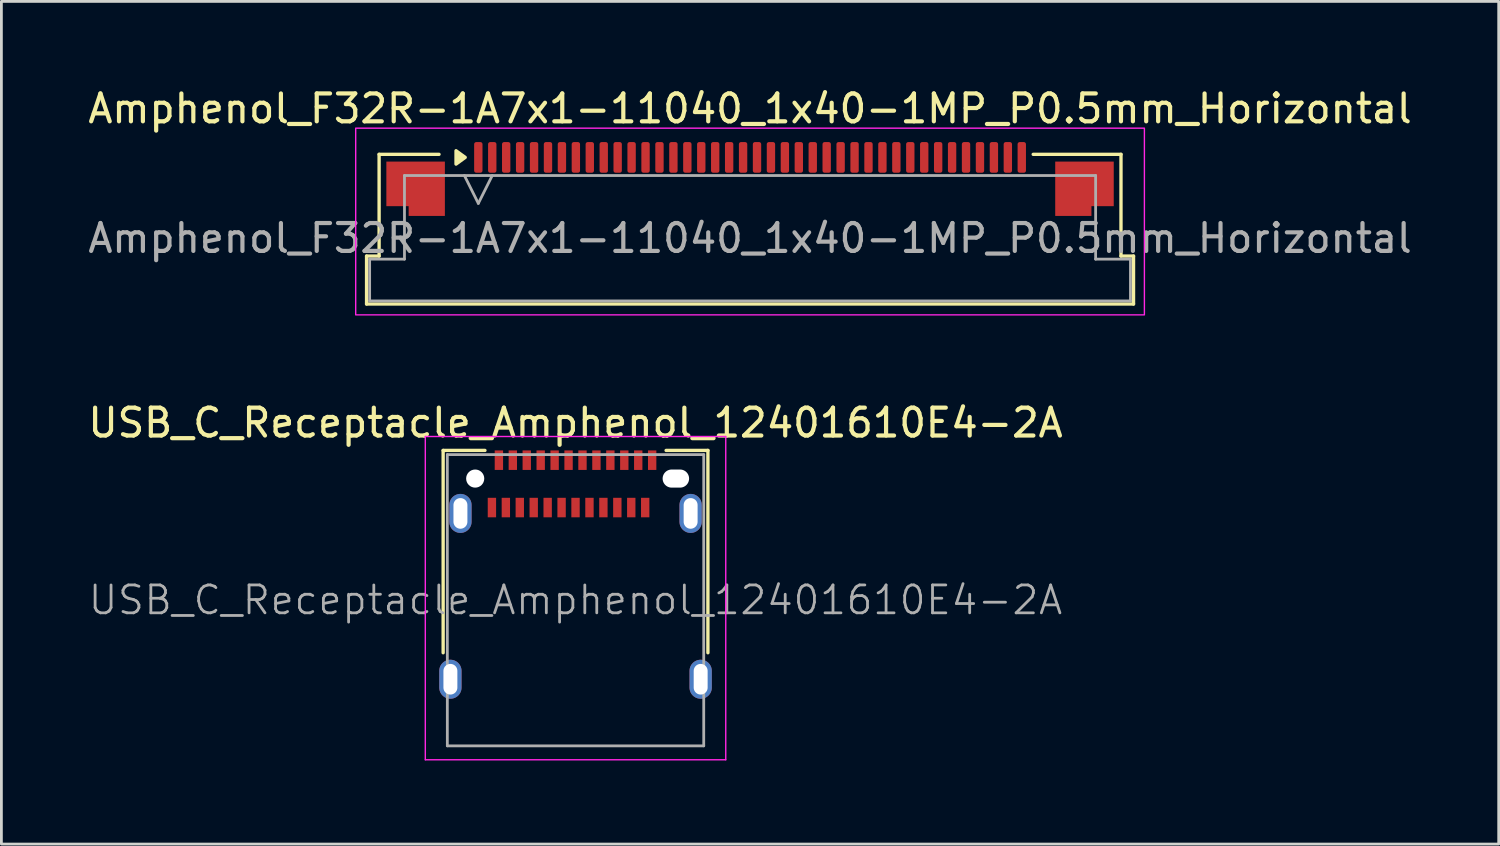
<source format=kicad_pcb>
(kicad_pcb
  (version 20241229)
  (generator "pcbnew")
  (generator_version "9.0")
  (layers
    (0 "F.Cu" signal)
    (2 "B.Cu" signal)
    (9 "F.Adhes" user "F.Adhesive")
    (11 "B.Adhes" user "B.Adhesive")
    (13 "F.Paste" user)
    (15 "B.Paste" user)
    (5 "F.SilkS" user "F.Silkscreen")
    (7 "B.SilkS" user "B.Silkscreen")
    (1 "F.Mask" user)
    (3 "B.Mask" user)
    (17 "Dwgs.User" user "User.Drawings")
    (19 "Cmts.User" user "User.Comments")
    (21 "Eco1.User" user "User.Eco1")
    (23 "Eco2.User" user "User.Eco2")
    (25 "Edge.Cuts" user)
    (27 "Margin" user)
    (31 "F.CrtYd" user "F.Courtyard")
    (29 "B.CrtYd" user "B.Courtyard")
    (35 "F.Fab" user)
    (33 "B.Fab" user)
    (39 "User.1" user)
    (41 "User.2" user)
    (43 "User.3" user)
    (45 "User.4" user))
  (footprint "USB_C_Receptacle_Amphenol_12401610E4-2A"
    (layer "F.Cu")
    (at 17.601 18.482)
    (property "Reference" "USB_C_Receptacle_Amphenol_12401610E4-2A" (at 0 -6.36 0) (layer "F.SilkS") (effects (font (size 1 1) (thickness 0.15))))
    (attr through_hole)
    (fp_line (start -4.75 -5.37) (end -4.75 1.89) (stroke (width 0.12) (type solid)) (layer "F.SilkS"))
    (fp_line (start -4.75 -5.37) (end -3.25 -5.37) (stroke (width 0.12) (type solid)) (layer "F.SilkS"))
    (fp_line (start 3.25 -5.37) (end 4.75 -5.37) (stroke (width 0.12) (type solid)) (layer "F.SilkS"))
    (fp_line (start 4.75 -5.37) (end 4.75 1.89) (stroke (width 0.12) (type solid)) (layer "F.SilkS"))
    (fp_line (start -5.39 -5.87) (end 5.39 -5.87) (stroke (width 0.05) (type solid)) (layer "F.CrtYd"))
    (fp_line (start -5.39 5.73) (end -5.39 -5.87) (stroke (width 0.05) (type solid)) (layer "F.CrtYd"))
    (fp_line (start 5.39 -5.87) (end 5.39 5.73) (stroke (width 0.05) (type solid)) (layer "F.CrtYd"))
    (fp_line (start 5.39 5.73) (end -5.39 5.73) (stroke (width 0.05) (type solid)) (layer "F.CrtYd"))
    (fp_line (start -4.6 -5.22) (end 4.6 -5.22) (stroke (width 0.1) (type solid)) (layer "F.Fab"))
    (fp_line (start -4.6 5.23) (end -4.6 -5.22) (stroke (width 0.1) (type solid)) (layer "F.Fab"))
    (fp_line (start -4.6 5.23) (end 4.6 5.23) (stroke (width 0.1) (type solid)) (layer "F.Fab"))
    (fp_line (start 4.6 5.23) (end 4.6 -5.22) (stroke (width 0.1) (type solid)) (layer "F.Fab"))
    (fp_text user "${REFERENCE}" (at 0 0 0) (layer "F.Fab") (effects (font (size 1 1) (thickness 0.1))))
    (pad "" np_thru_hole circle (at -3.6 -4.36) (size 0.65 0.65) (drill 0.65) (layers "*.Cu" "*.Mask"))
    (pad "" np_thru_hole oval (at 3.6 -4.36) (size 0.95 0.65) (drill oval 0.95 0.65) (layers "*.Cu" "*.Mask"))
    (pad "A1" smd rect (at -2.75 -5.02) (size 0.3 0.7) (layers "F.Cu" "F.Mask" "F.Paste"))
    (pad "A2" smd rect (at -2.25 -5.02) (size 0.3 0.7) (layers "F.Cu" "F.Mask" "F.Paste"))
    (pad "A3" smd rect (at -1.75 -5.02) (size 0.3 0.7) (layers "F.Cu" "F.Mask" "F.Paste"))
    (pad "A4" smd rect (at -1.25 -5.02) (size 0.3 0.7) (layers "F.Cu" "F.Mask" "F.Paste"))
    (pad "A5" smd rect (at -0.75 -5.02) (size 0.3 0.7) (layers "F.Cu" "F.Mask" "F.Paste"))
    (pad "A6" smd rect (at -0.25 -5.02) (size 0.3 0.7) (layers "F.Cu" "F.Mask" "F.Paste"))
    (pad "A7" smd rect (at 0.25 -5.02) (size 0.3 0.7) (layers "F.Cu" "F.Mask" "F.Paste"))
    (pad "A8" smd rect (at 0.75 -5.02) (size 0.3 0.7) (layers "F.Cu" "F.Mask" "F.Paste"))
    (pad "A9" smd rect (at 1.25 -5.02) (size 0.3 0.7) (layers "F.Cu" "F.Mask" "F.Paste"))
    (pad "A10" smd rect (at 1.75 -5.02) (size 0.3 0.7) (layers "F.Cu" "F.Mask" "F.Paste"))
    (pad "A11" smd rect (at 2.25 -5.02) (size 0.3 0.7) (layers "F.Cu" "F.Mask" "F.Paste"))
    (pad "A12" smd rect (at 2.75 -5.02) (size 0.3 0.7) (layers "F.Cu" "F.Mask" "F.Paste"))
    (pad "B1" smd rect (at 2.5 -3.32) (size 0.3 0.7) (layers "F.Cu" "F.Mask" "F.Paste"))
    (pad "B2" smd rect (at 2 -3.32) (size 0.3 0.7) (layers "F.Cu" "F.Mask" "F.Paste"))
    (pad "B3" smd rect (at 1.5 -3.32) (size 0.3 0.7) (layers "F.Cu" "F.Mask" "F.Paste"))
    (pad "B4" smd rect (at 1 -3.32) (size 0.3 0.7) (layers "F.Cu" "F.Mask" "F.Paste"))
    (pad "B5" smd rect (at 0.5 -3.32) (size 0.3 0.7) (layers "F.Cu" "F.Mask" "F.Paste"))
    (pad "B6" smd rect (at 0 -3.32) (size 0.3 0.7) (layers "F.Cu" "F.Mask" "F.Paste"))
    (pad "B7" smd rect (at -0.5 -3.32) (size 0.3 0.7) (layers "F.Cu" "F.Mask" "F.Paste"))
    (pad "B8" smd rect (at -1 -3.32) (size 0.3 0.7) (layers "F.Cu" "F.Mask" "F.Paste"))
    (pad "B9" smd rect (at -1.5 -3.32) (size 0.3 0.7) (layers "F.Cu" "F.Mask" "F.Paste"))
    (pad "B10" smd rect (at -2 -3.32) (size 0.3 0.7) (layers "F.Cu" "F.Mask" "F.Paste"))
    (pad "B11" smd rect (at -2.5 -3.32) (size 0.3 0.7) (layers "F.Cu" "F.Mask" "F.Paste"))
    (pad "B12" smd rect (at -3 -3.32) (size 0.3 0.7) (layers "F.Cu" "F.Mask" "F.Paste"))
    (pad "SH1" thru_hole oval (at -4.49 2.84) (size 0.8 1.4) (drill oval 0.5 1.1) (layers "*.Cu" "*.Mask"))
    (pad "SH2" thru_hole oval (at -4.13 -3.11) (size 0.8 1.4) (drill oval 0.5 1.1) (layers "*.Cu" "*.Mask"))
    (pad "SH3" thru_hole oval (at 4.13 -3.11) (size 0.8 1.4) (drill oval 0.5 1.1) (layers "*.Cu" "*.Mask"))
    (pad "SH4" thru_hole oval (at 4.49 2.84) (size 0.8 1.4) (drill oval 0.5 1.1) (layers "*.Cu" "*.Mask")))
  (footprint "Amphenol_F32R-1A7x1-11040_1x40-1MP_P0.5mm_Horizontal"
    (layer "F.Cu")
    (at 23.863 5.498)
    (property "Reference" "Amphenol_F32R-1A7x1-11040_1x40-1MP_P0.5mm_Horizontal" (at 0 -4.65 0) (layer "F.SilkS") (effects (font (size 1 1) (thickness 0.15))))
    (attr smd)
    (fp_line (start -13.76 0.64) (end -13.31 0.64) (stroke (width 0.12) (type solid)) (layer "F.SilkS"))
    (fp_line (start -13.76 2.36) (end -13.76 0.64) (stroke (width 0.12) (type solid)) (layer "F.SilkS"))
    (fp_line (start -13.31 -3.01) (end -11.16 -3.01) (stroke (width 0.12) (type solid)) (layer "F.SilkS"))
    (fp_line (start -13.31 0.64) (end -13.31 -3.01) (stroke (width 0.12) (type solid)) (layer "F.SilkS"))
    (fp_line (start 10.16 -3.01) (end 13.31 -3.01) (stroke (width 0.12) (type solid)) (layer "F.SilkS"))
    (fp_line (start 13.31 -3.01) (end 13.31 0.64) (stroke (width 0.12) (type solid)) (layer "F.SilkS"))
    (fp_line (start 13.31 0.64) (end 13.76 0.64) (stroke (width 0.12) (type solid)) (layer "F.SilkS"))
    (fp_line (start 13.76 0.64) (end 13.76 2.36) (stroke (width 0.12) (type solid)) (layer "F.SilkS"))
    (fp_line (start 13.76 2.36) (end -13.76 2.36) (stroke (width 0.12) (type solid)) (layer "F.SilkS"))
    (fp_poly (pts (xy -10.22 -2.9) (xy -10.55 -2.66) (xy -10.55 -3.14)) (stroke (width 0.12) (type solid)) (fill yes) (layer "F.SilkS"))
    (fp_rect (start -14.15 -3.95) (end 14.15 2.75) (stroke (width 0.05) (type solid)) (fill no) (layer "F.CrtYd"))
    (fp_line (start -13.65 0.75) (end -12.4 0.75) (stroke (width 0.1) (type solid)) (layer "F.Fab"))
    (fp_line (start -13.65 2.25) (end -13.65 0.75) (stroke (width 0.1) (type solid)) (layer "F.Fab"))
    (fp_line (start -12.4 -2.25) (end 12.4 -2.25) (stroke (width 0.1) (type solid)) (layer "F.Fab"))
    (fp_line (start -12.4 0.75) (end -12.4 -2.25) (stroke (width 0.1) (type solid)) (layer "F.Fab"))
    (fp_line (start -10.25 -2.25) (end -9.75 -1.25) (stroke (width 0.1) (type solid)) (layer "F.Fab"))
    (fp_line (start -9.75 -1.25) (end -9.25 -2.25) (stroke (width 0.1) (type solid)) (layer "F.Fab"))
    (fp_line (start 12.4 -2.25) (end 12.4 0.75) (stroke (width 0.1) (type solid)) (layer "F.Fab"))
    (fp_line (start 12.4 0.75) (end 13.65 0.75) (stroke (width 0.1) (type solid)) (layer "F.Fab"))
    (fp_line (start 13.65 0.75) (end 13.65 2.25) (stroke (width 0.1) (type solid)) (layer "F.Fab"))
    (fp_line (start 13.65 2.25) (end -13.65 2.25) (stroke (width 0.1) (type solid)) (layer "F.Fab"))
    (fp_text user "${REFERENCE}" (at 0 0 0) (layer "F.Fab") (effects (font (size 1 1) (thickness 0.15))))
    (pad "1" smd roundrect (at -9.75 -2.9) (size 0.3 1.1) (layers "F.Cu" "F.Mask" "F.Paste") (roundrect_rratio 0.25))
    (pad "2" smd roundrect (at -9.25 -2.9) (size 0.3 1.1) (layers "F.Cu" "F.Mask" "F.Paste") (roundrect_rratio 0.25))
    (pad "3" smd roundrect (at -8.75 -2.9) (size 0.3 1.1) (layers "F.Cu" "F.Mask" "F.Paste") (roundrect_rratio 0.25))
    (pad "4" smd roundrect (at -8.25 -2.9) (size 0.3 1.1) (layers "F.Cu" "F.Mask" "F.Paste") (roundrect_rratio 0.25))
    (pad "5" smd roundrect (at -7.75 -2.9) (size 0.3 1.1) (layers "F.Cu" "F.Mask" "F.Paste") (roundrect_rratio 0.25))
    (pad "6" smd roundrect (at -7.25 -2.9) (size 0.3 1.1) (layers "F.Cu" "F.Mask" "F.Paste") (roundrect_rratio 0.25))
    (pad "7" smd roundrect (at -6.75 -2.9) (size 0.3 1.1) (layers "F.Cu" "F.Mask" "F.Paste") (roundrect_rratio 0.25))
    (pad "8" smd roundrect (at -6.25 -2.9) (size 0.3 1.1) (layers "F.Cu" "F.Mask" "F.Paste") (roundrect_rratio 0.25))
    (pad "9" smd roundrect (at -5.75 -2.9) (size 0.3 1.1) (layers "F.Cu" "F.Mask" "F.Paste") (roundrect_rratio 0.25))
    (pad "10" smd roundrect (at -5.25 -2.9) (size 0.3 1.1) (layers "F.Cu" "F.Mask" "F.Paste") (roundrect_rratio 0.25))
    (pad "11" smd roundrect (at -4.75 -2.9) (size 0.3 1.1) (layers "F.Cu" "F.Mask" "F.Paste") (roundrect_rratio 0.25))
    (pad "12" smd roundrect (at -4.25 -2.9) (size 0.3 1.1) (layers "F.Cu" "F.Mask" "F.Paste") (roundrect_rratio 0.25))
    (pad "13" smd roundrect (at -3.75 -2.9) (size 0.3 1.1) (layers "F.Cu" "F.Mask" "F.Paste") (roundrect_rratio 0.25))
    (pad "14" smd roundrect (at -3.25 -2.9) (size 0.3 1.1) (layers "F.Cu" "F.Mask" "F.Paste") (roundrect_rratio 0.25))
    (pad "15" smd roundrect (at -2.75 -2.9) (size 0.3 1.1) (layers "F.Cu" "F.Mask" "F.Paste") (roundrect_rratio 0.25))
    (pad "16" smd roundrect (at -2.25 -2.9) (size 0.3 1.1) (layers "F.Cu" "F.Mask" "F.Paste") (roundrect_rratio 0.25))
    (pad "17" smd roundrect (at -1.75 -2.9) (size 0.3 1.1) (layers "F.Cu" "F.Mask" "F.Paste") (roundrect_rratio 0.25))
    (pad "18" smd roundrect (at -1.25 -2.9) (size 0.3 1.1) (layers "F.Cu" "F.Mask" "F.Paste") (roundrect_rratio 0.25))
    (pad "19" smd roundrect (at -0.75 -2.9) (size 0.3 1.1) (layers "F.Cu" "F.Mask" "F.Paste") (roundrect_rratio 0.25))
    (pad "20" smd roundrect (at -0.25 -2.9) (size 0.3 1.1) (layers "F.Cu" "F.Mask" "F.Paste") (roundrect_rratio 0.25))
    (pad "21" smd roundrect (at 0.25 -2.9) (size 0.3 1.1) (layers "F.Cu" "F.Mask" "F.Paste") (roundrect_rratio 0.25))
    (pad "22" smd roundrect (at 0.75 -2.9) (size 0.3 1.1) (layers "F.Cu" "F.Mask" "F.Paste") (roundrect_rratio 0.25))
    (pad "23" smd roundrect (at 1.25 -2.9) (size 0.3 1.1) (layers "F.Cu" "F.Mask" "F.Paste") (roundrect_rratio 0.25))
    (pad "24" smd roundrect (at 1.75 -2.9) (size 0.3 1.1) (layers "F.Cu" "F.Mask" "F.Paste") (roundrect_rratio 0.25))
    (pad "25" smd roundrect (at 2.25 -2.9) (size 0.3 1.1) (layers "F.Cu" "F.Mask" "F.Paste") (roundrect_rratio 0.25))
    (pad "26" smd roundrect (at 2.75 -2.9) (size 0.3 1.1) (layers "F.Cu" "F.Mask" "F.Paste") (roundrect_rratio 0.25))
    (pad "27" smd roundrect (at 3.25 -2.9) (size 0.3 1.1) (layers "F.Cu" "F.Mask" "F.Paste") (roundrect_rratio 0.25))
    (pad "28" smd roundrect (at 3.75 -2.9) (size 0.3 1.1) (layers "F.Cu" "F.Mask" "F.Paste") (roundrect_rratio 0.25))
    (pad "29" smd roundrect (at 4.25 -2.9) (size 0.3 1.1) (layers "F.Cu" "F.Mask" "F.Paste") (roundrect_rratio 0.25))
    (pad "30" smd roundrect (at 4.75 -2.9) (size 0.3 1.1) (layers "F.Cu" "F.Mask" "F.Paste") (roundrect_rratio 0.25))
    (pad "31" smd roundrect (at 5.25 -2.9) (size 0.3 1.1) (layers "F.Cu" "F.Mask" "F.Paste") (roundrect_rratio 0.25))
    (pad "32" smd roundrect (at 5.75 -2.9) (size 0.3 1.1) (layers "F.Cu" "F.Mask" "F.Paste") (roundrect_rratio 0.25))
    (pad "33" smd roundrect (at 6.25 -2.9) (size 0.3 1.1) (layers "F.Cu" "F.Mask" "F.Paste") (roundrect_rratio 0.25))
    (pad "34" smd roundrect (at 6.75 -2.9) (size 0.3 1.1) (layers "F.Cu" "F.Mask" "F.Paste") (roundrect_rratio 0.25))
    (pad "35" smd roundrect (at 7.25 -2.9) (size 0.3 1.1) (layers "F.Cu" "F.Mask" "F.Paste") (roundrect_rratio 0.25))
    (pad "36" smd roundrect (at 7.75 -2.9) (size 0.3 1.1) (layers "F.Cu" "F.Mask" "F.Paste") (roundrect_rratio 0.25))
    (pad "37" smd roundrect (at 8.25 -2.9) (size 0.3 1.1) (layers "F.Cu" "F.Mask" "F.Paste") (roundrect_rratio 0.25))
    (pad "38" smd roundrect (at 8.75 -2.9) (size 0.3 1.1) (layers "F.Cu" "F.Mask" "F.Paste") (roundrect_rratio 0.25))
    (pad "39" smd roundrect (at 9.25 -2.9) (size 0.3 1.1) (layers "F.Cu" "F.Mask" "F.Paste") (roundrect_rratio 0.25))
    (pad "40" smd roundrect (at 9.75 -2.9) (size 0.3 1.1) (layers "F.Cu" "F.Mask" "F.Paste") (roundrect_rratio 0.25))
    (pad "MP" smd custom (at -12 -1.775) (size 1 1) (layers "F.Cu" "F.Mask" "F.Paste") (options (anchor circle)) (primitives (gr_poly (pts (xy 1.05 -0.975) (xy 1.05 0.975) (xy -0.25 0.975) (xy -0.25 0.625) (xy -1.05 0.625) (xy -1.05 -0.975)) (width 0) (fill yes))))
    (pad "MP" smd custom (at 12 -1.775) (size 1 1) (layers "F.Cu" "F.Mask" "F.Paste") (options (anchor circle)) (primitives (gr_poly (pts (xy -1.05 -0.975) (xy -1.05 0.975) (xy 0.25 0.975) (xy 0.25 0.625) (xy 1.05 0.625) (xy 1.05 -0.975)) (width 0) (fill yes)))))
  (gr_rect
    (start -3 -3)
    (end 50.726 27.236)
    (stroke (width 0.1) (type default))
    (fill no)
    (layer "Edge.Cuts")))
</source>
